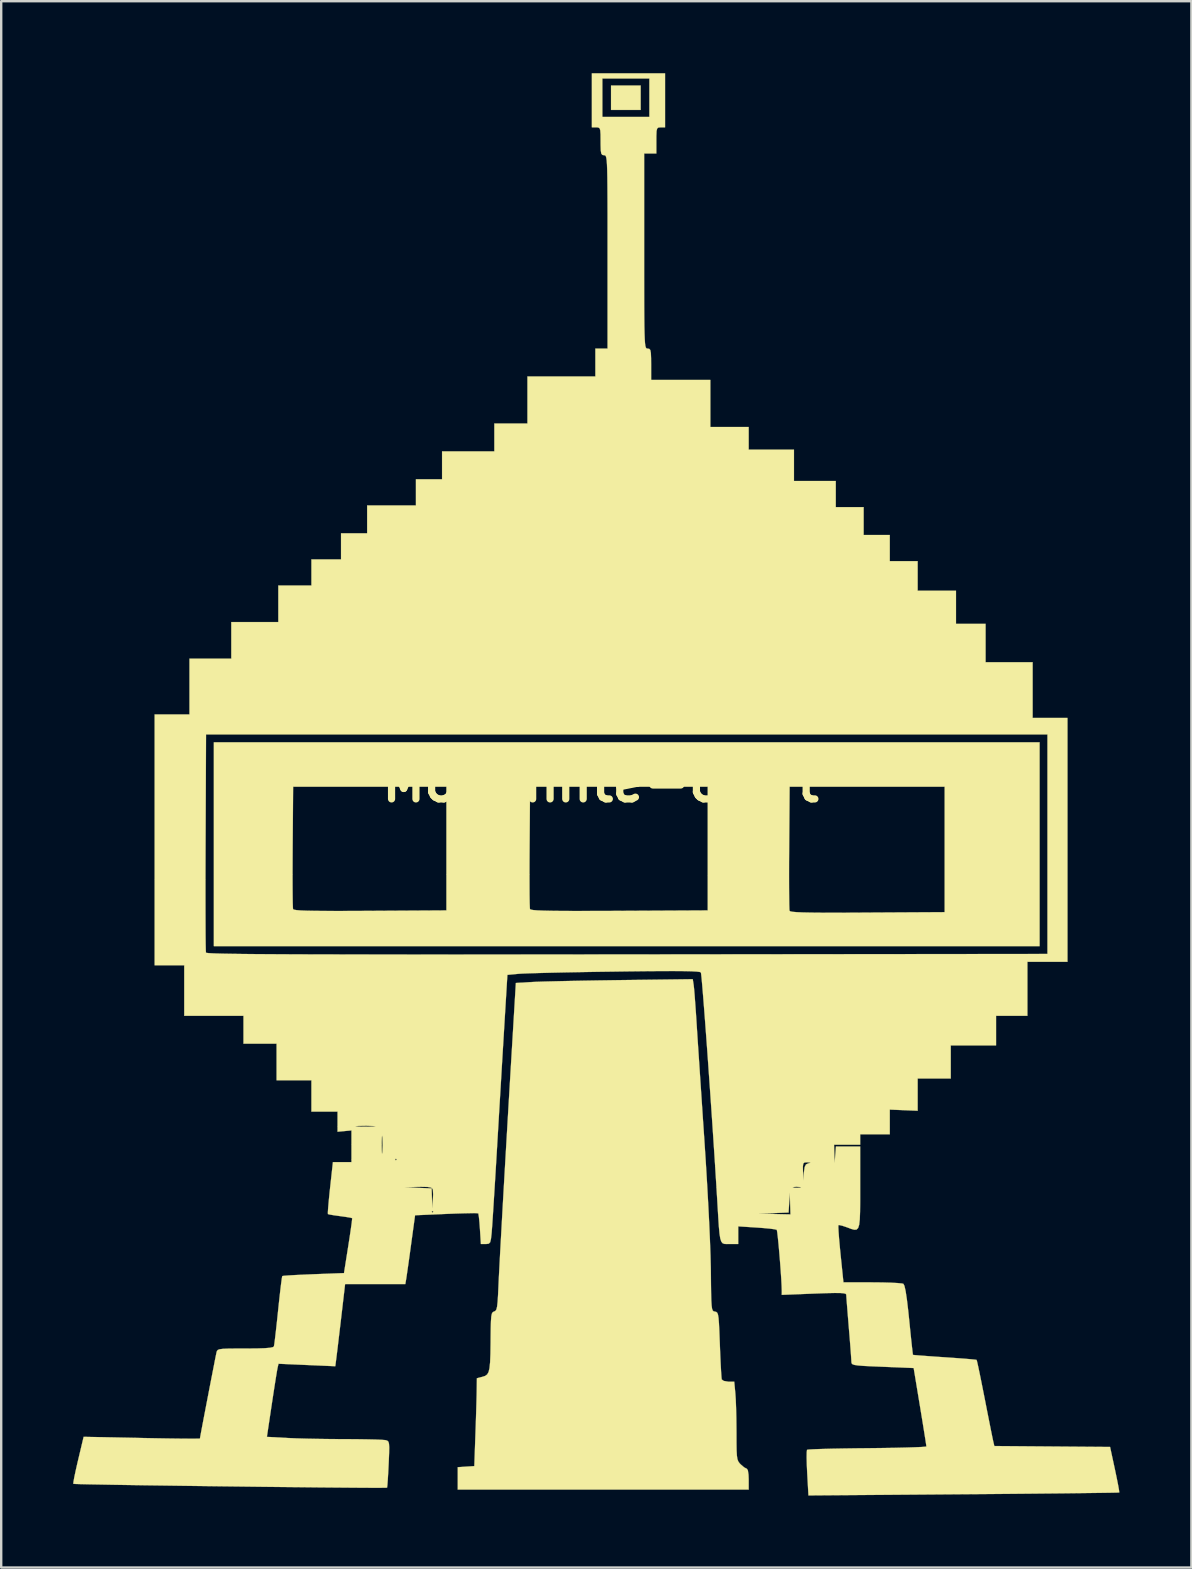
<source format=kicad_pcb>
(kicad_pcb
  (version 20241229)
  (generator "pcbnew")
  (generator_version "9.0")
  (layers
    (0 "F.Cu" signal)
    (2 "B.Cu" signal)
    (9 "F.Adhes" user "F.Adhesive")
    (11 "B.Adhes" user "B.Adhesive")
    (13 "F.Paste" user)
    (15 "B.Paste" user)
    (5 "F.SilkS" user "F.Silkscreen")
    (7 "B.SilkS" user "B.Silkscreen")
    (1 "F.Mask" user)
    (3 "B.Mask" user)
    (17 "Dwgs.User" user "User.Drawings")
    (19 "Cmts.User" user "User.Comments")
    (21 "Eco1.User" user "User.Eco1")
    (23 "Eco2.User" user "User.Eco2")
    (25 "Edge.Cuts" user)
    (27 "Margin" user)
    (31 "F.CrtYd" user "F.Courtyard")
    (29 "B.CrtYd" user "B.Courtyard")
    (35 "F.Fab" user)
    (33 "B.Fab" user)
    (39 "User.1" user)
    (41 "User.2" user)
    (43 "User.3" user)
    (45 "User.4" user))
  (footprint "Mooninite-craft"
    (layer "F.Cu")
    (at 21.97 29.542)
    (property "Reference" "Mooninite-craft" (at 0 0 0) (layer "F.SilkS") (effects (font (size 1.524 1.524) (thickness 0.3))))
    (attr through_hole)
    (fp_poly (pts (xy 1.669 -28.013) (xy 0.435 -28.013) (xy 0.435 -29.029) (xy 1.669 -29.029) (xy 1.669 -28.013)) (stroke (width 0.01) (type solid)) (fill yes) (layer "F.SilkS"))
    (fp_poly (pts (xy 18.288 6.822) (xy -16.111 6.822) (xy -16.111 3.823) (xy -12.833 3.823) (xy -12.832 4.308) (xy -12.829 4.713) (xy -12.825 5.022) (xy -12.818 5.218) (xy -12.812 5.28) (xy -12.775 5.303) (xy -12.676 5.321) (xy -12.505 5.336) (xy -12.25 5.346) (xy -11.901 5.353) (xy -11.447 5.357) (xy -10.878 5.358) (xy -10.182 5.356) (xy -9.6 5.353) (xy -6.423 5.334) (xy -6.423 3.823) (xy -2.963 3.823) (xy -2.962 4.308) (xy -2.96 4.713) (xy -2.955 5.022) (xy -2.948 5.217) (xy -2.942 5.28) (xy -2.906 5.301) (xy -2.81 5.319) (xy -2.643 5.333) (xy -2.396 5.343) (xy -2.058 5.351) (xy -1.619 5.356) (xy -1.069 5.358) (xy -0.399 5.357) (xy 0.403 5.355) (xy 0.778 5.353) (xy 4.463 5.334) (xy 4.463 3.868) (xy 7.85 3.868) (xy 7.851 4.357) (xy 7.854 4.768) (xy 7.858 5.082) (xy 7.864 5.284) (xy 7.871 5.352) (xy 7.908 5.375) (xy 8.007 5.394) (xy 8.178 5.408) (xy 8.432 5.419) (xy 8.78 5.426) (xy 9.233 5.43) (xy 9.802 5.431) (xy 10.497 5.429) (xy 11.12 5.425) (xy 14.333 5.407) (xy 14.333 0.181) (xy 7.874 0.181) (xy 7.855 2.721) (xy 7.851 3.317) (xy 7.85 3.868) (xy 4.463 3.868) (xy 4.463 0.181) (xy -2.939 0.181) (xy -2.958 2.685) (xy -2.962 3.276) (xy -2.963 3.823) (xy -6.423 3.823) (xy -6.423 0.181) (xy -12.809 0.181) (xy -12.828 2.685) (xy -12.831 3.276) (xy -12.833 3.823) (xy -16.111 3.823) (xy -16.111 -1.669) (xy 18.288 -1.669) (xy 18.288 6.822)) (stroke (width 0.01) (type solid)) (fill yes) (layer "F.SilkS"))
    (fp_poly (pts (xy 3.876 8.436) (xy 3.893 8.587) (xy 3.916 8.854) (xy 3.942 9.204) (xy 3.971 9.607) (xy 3.988 9.87) (xy 4.008 10.182) (xy 4.036 10.62) (xy 4.072 11.163) (xy 4.114 11.792) (xy 4.16 12.488) (xy 4.21 13.23) (xy 4.261 14) (xy 4.314 14.777) (xy 4.32 14.87) (xy 4.38 15.784) (xy 4.434 16.681) (xy 4.482 17.543) (xy 4.523 18.348) (xy 4.555 19.075) (xy 4.578 19.706) (xy 4.591 20.218) (xy 4.593 20.349) (xy 4.598 20.884) (xy 4.604 21.291) (xy 4.612 21.588) (xy 4.625 21.793) (xy 4.643 21.924) (xy 4.67 21.998) (xy 4.705 22.033) (xy 4.753 22.046) (xy 4.764 22.048) (xy 4.818 22.061) (xy 4.86 22.097) (xy 4.89 22.174) (xy 4.913 22.313) (xy 4.93 22.533) (xy 4.946 22.854) (xy 4.963 23.295) (xy 4.968 23.426) (xy 4.985 23.86) (xy 5.003 24.246) (xy 5.02 24.56) (xy 5.035 24.777) (xy 5.046 24.874) (xy 5.131 24.935) (xy 5.3 24.964) (xy 5.321 24.965) (xy 5.567 24.965) (xy 5.613 25.454) (xy 5.63 25.704) (xy 5.644 26.059) (xy 5.654 26.477) (xy 5.659 26.919) (xy 5.66 27.091) (xy 5.661 27.523) (xy 5.666 27.834) (xy 5.678 28.05) (xy 5.7 28.193) (xy 5.736 28.289) (xy 5.789 28.363) (xy 5.839 28.415) (xy 5.979 28.535) (xy 6.085 28.592) (xy 6.093 28.593) (xy 6.135 28.66) (xy 6.162 28.841) (xy 6.169 29.029) (xy 6.169 29.464) (xy -5.951 29.464) (xy -5.951 28.529) (xy -5.606 28.506) (xy -5.261 28.484) (xy -5.216 27.214) (xy -5.2 26.749) (xy -5.185 26.288) (xy -5.173 25.87) (xy -5.164 25.534) (xy -5.161 25.384) (xy -5.153 24.824) (xy -4.917 24.762) (xy -4.808 24.726) (xy -4.726 24.666) (xy -4.667 24.565) (xy -4.628 24.402) (xy -4.603 24.159) (xy -4.589 23.816) (xy -4.582 23.353) (xy -4.581 23.177) (xy -4.576 22.754) (xy -4.568 22.455) (xy -4.554 22.256) (xy -4.531 22.137) (xy -4.495 22.074) (xy -4.445 22.046) (xy -4.435 22.043) (xy -4.381 22.017) (xy -4.341 21.956) (xy -4.312 21.839) (xy -4.29 21.643) (xy -4.271 21.346) (xy -4.252 20.928) (xy -4.238 20.621) (xy -4.215 20.182) (xy -4.186 19.624) (xy -4.149 18.958) (xy -4.107 18.198) (xy -4.06 17.355) (xy -4.008 16.444) (xy -3.952 15.475) (xy -3.893 14.462) (xy -3.832 13.417) (xy -3.769 12.353) (xy -3.705 11.283) (xy -3.65 10.365) (xy -3.53 8.357) (xy -2.871 8.318) (xy -2.654 8.308) (xy -2.311 8.297) (xy -1.862 8.286) (xy -1.327 8.274) (xy -0.727 8.262) (xy -0.079 8.251) (xy 0.595 8.241) (xy 0.813 8.238) (xy 3.839 8.199) (xy 3.876 8.436)) (stroke (width 0.01) (type solid)) (fill yes) (layer "F.SilkS"))
    (fp_poly (pts (xy 2.685 -27.287) (xy 2.504 -27.287) (xy 2.411 -27.28) (xy 2.357 -27.239) (xy 2.331 -27.134) (xy 2.323 -26.934) (xy 2.322 -26.743) (xy 2.322 -26.198) (xy 1.814 -26.198) (xy 1.814 -22.134) (xy 1.814 -21.264) (xy 1.815 -20.528) (xy 1.816 -19.915) (xy 1.819 -19.413) (xy 1.823 -19.012) (xy 1.83 -18.7) (xy 1.839 -18.465) (xy 1.85 -18.298) (xy 1.865 -18.186) (xy 1.884 -18.118) (xy 1.907 -18.084) (xy 1.934 -18.072) (xy 1.959 -18.07) (xy 2.028 -18.059) (xy 2.071 -18.008) (xy 2.094 -17.889) (xy 2.103 -17.675) (xy 2.105 -17.417) (xy 2.105 -16.764) (xy 4.572 -16.764) (xy 4.572 -14.805) (xy 6.169 -14.805) (xy 6.169 -13.861) (xy 8.055 -13.861) (xy 8.055 -12.555) (xy 9.797 -12.555) (xy 9.797 -11.466) (xy 10.958 -11.466) (xy 10.958 -10.305) (xy 12.047 -10.305) (xy 12.047 -9.217) (xy 13.208 -9.217) (xy 13.208 -7.983) (xy 14.805 -7.983) (xy 14.805 -6.604) (xy 16.038 -6.604) (xy 16.038 -5.007) (xy 17.998 -5.007) (xy 17.998 -2.685) (xy 19.449 -2.685) (xy 19.449 7.475) (xy 17.78 7.475) (xy 17.78 9.725) (xy 16.474 9.725) (xy 16.474 10.958) (xy 14.587 10.958) (xy 14.587 12.337) (xy 13.208 12.337) (xy 13.208 13.008) (xy 13.208 13.68) (xy 12.628 13.656) (xy 12.047 13.632) (xy 12.047 14.659) (xy 10.813 14.659) (xy 10.813 15.095) (xy 9.725 15.095) (xy 9.751 15.857) (xy 9.805 15.167) (xy 10.813 15.167) (xy 10.813 16.875) (xy 10.813 17.445) (xy 10.809 17.883) (xy 10.797 18.207) (xy 10.772 18.429) (xy 10.728 18.565) (xy 10.662 18.63) (xy 10.568 18.637) (xy 10.441 18.603) (xy 10.278 18.541) (xy 10.27 18.538) (xy 10.072 18.471) (xy 9.937 18.441) (xy 9.907 18.445) (xy 9.903 18.524) (xy 9.913 18.723) (xy 9.935 19.017) (xy 9.968 19.38) (xy 9.995 19.653) (xy 10.116 20.828) (xy 11.317 20.829) (xy 11.725 20.833) (xy 12.086 20.843) (xy 12.373 20.858) (xy 12.559 20.877) (xy 12.615 20.891) (xy 12.659 20.98) (xy 12.707 21.194) (xy 12.759 21.539) (xy 12.816 22.021) (xy 12.855 22.394) (xy 12.899 22.834) (xy 12.939 23.221) (xy 12.973 23.533) (xy 12.998 23.749) (xy 13.011 23.846) (xy 13.012 23.85) (xy 13.086 23.859) (xy 13.281 23.875) (xy 13.574 23.897) (xy 13.943 23.924) (xy 14.333 23.95) (xy 14.752 23.979) (xy 15.118 24.006) (xy 15.408 24.03) (xy 15.598 24.049) (xy 15.664 24.06) (xy 15.685 24.135) (xy 15.729 24.332) (xy 15.792 24.631) (xy 15.869 25.011) (xy 15.957 25.452) (xy 16.007 25.703) (xy 16.1 26.179) (xy 16.186 26.613) (xy 16.26 26.985) (xy 16.318 27.27) (xy 16.355 27.446) (xy 16.364 27.485) (xy 16.403 27.648) (xy 18.814 27.667) (xy 21.224 27.686) (xy 21.426 28.622) (xy 21.499 28.971) (xy 21.557 29.264) (xy 21.595 29.475) (xy 21.607 29.577) (xy 21.605 29.582) (xy 21.531 29.586) (xy 21.322 29.591) (xy 20.988 29.596) (xy 20.541 29.602) (xy 19.989 29.609) (xy 19.344 29.617) (xy 18.617 29.624) (xy 17.816 29.632) (xy 16.953 29.64) (xy 16.038 29.648) (xy 15.12 29.655) (xy 8.659 29.705) (xy 8.607 28.778) (xy 8.591 28.426) (xy 8.584 28.127) (xy 8.587 27.912) (xy 8.599 27.809) (xy 8.602 27.805) (xy 8.683 27.793) (xy 8.892 27.782) (xy 9.212 27.77) (xy 9.626 27.759) (xy 10.116 27.75) (xy 10.666 27.742) (xy 11.109 27.738) (xy 11.691 27.731) (xy 12.223 27.723) (xy 12.69 27.712) (xy 13.075 27.7) (xy 13.361 27.688) (xy 13.531 27.675) (xy 13.572 27.665) (xy 13.561 27.582) (xy 13.53 27.376) (xy 13.481 27.069) (xy 13.419 26.683) (xy 13.346 26.237) (xy 13.308 26.006) (xy 13.042 24.398) (xy 11.746 24.345) (xy 11.284 24.326) (xy 10.947 24.309) (xy 10.716 24.29) (xy 10.57 24.268) (xy 10.49 24.238) (xy 10.456 24.198) (xy 10.449 24.144) (xy 10.449 24.139) (xy 10.442 24.018) (xy 10.426 23.78) (xy 10.401 23.451) (xy 10.37 23.058) (xy 10.341 22.715) (xy 10.307 22.295) (xy 10.277 21.923) (xy 10.253 21.622) (xy 10.238 21.42) (xy 10.234 21.344) (xy 10.213 21.309) (xy 10.137 21.286) (xy 9.99 21.273) (xy 9.754 21.271) (xy 9.41 21.278) (xy 8.94 21.295) (xy 8.89 21.297) (xy 7.547 21.35) (xy 7.548 21.179) (xy 7.542 20.982) (xy 7.527 20.697) (xy 7.504 20.353) (xy 7.476 19.978) (xy 7.445 19.601) (xy 7.414 19.251) (xy 7.384 18.955) (xy 7.359 18.744) (xy 7.341 18.645) (xy 7.339 18.641) (xy 7.252 18.618) (xy 7.052 18.591) (xy 6.771 18.565) (xy 6.513 18.546) (xy 5.733 18.496) (xy 5.733 19.231) (xy 5.374 19.231) (xy 5.25 19.233) (xy 5.153 19.227) (xy 5.08 19.197) (xy 5.026 19.126) (xy 4.985 18.998) (xy 4.954 18.796) (xy 4.927 18.505) (xy 4.901 18.107) (xy 4.893 17.968) (xy 6.568 17.968) (xy 7.239 17.983) (xy 7.91 17.998) (xy 7.883 17.091) (xy 7.857 17.505) (xy 7.831 17.92) (xy 7.199 17.944) (xy 6.568 17.968) (xy 4.893 17.968) (xy 4.87 17.586) (xy 4.858 17.381) (xy 4.827 16.877) (xy 7.998 16.877) (xy 8.085 16.889) (xy 8.164 16.891) (xy 8.314 16.885) (xy 8.352 16.869) (xy 8.328 16.859) (xy 8.154 16.846) (xy 8.038 16.858) (xy 7.998 16.877) (xy 4.827 16.877) (xy 4.817 16.709) (xy 4.772 16) (xy 8.427 16) (xy 8.431 16.202) (xy 8.444 16.583) (xy 8.471 16.242) (xy 8.5 16.027) (xy 8.556 15.916) (xy 8.657 15.871) (xy 8.658 15.871) (xy 8.748 15.849) (xy 8.704 15.836) (xy 8.618 15.83) (xy 8.502 15.832) (xy 8.445 15.877) (xy 8.427 16) (xy 4.772 16) (xy 4.772 15.985) (xy 4.722 15.223) (xy 4.67 14.437) (xy 4.616 13.639) (xy 4.561 12.842) (xy 4.506 12.061) (xy 4.453 11.308) (xy 4.401 10.598) (xy 4.352 9.942) (xy 4.307 9.356) (xy 4.267 8.851) (xy 4.233 8.442) (xy 4.206 8.141) (xy 4.186 7.963) (xy 4.177 7.918) (xy 4.127 7.898) (xy 3.998 7.882) (xy 3.781 7.87) (xy 3.467 7.863) (xy 3.048 7.86) (xy 2.515 7.861) (xy 1.86 7.866) (xy 1.072 7.875) (xy 0.593 7.882) (xy -0.127 7.892) (xy -0.818 7.904) (xy -1.463 7.916) (xy -2.044 7.929) (xy -2.547 7.942) (xy -2.953 7.954) (xy -3.247 7.965) (xy -3.411 7.975) (xy -3.883 8.019) (xy -4.004 10.015) (xy -4.036 10.545) (xy -4.075 11.191) (xy -4.119 11.921) (xy -4.165 12.705) (xy -4.214 13.515) (xy -4.261 14.318) (xy -4.307 15.086) (xy -4.311 15.167) (xy -4.352 15.849) (xy -4.391 16.501) (xy -4.429 17.106) (xy -4.463 17.646) (xy -4.492 18.104) (xy -4.516 18.462) (xy -4.534 18.703) (xy -4.54 18.778) (xy -4.568 19.025) (xy -4.602 19.161) (xy -4.66 19.218) (xy -4.761 19.231) (xy -4.785 19.231) (xy -4.987 19.231) (xy -5.026 18.61) (xy -5.047 18.325) (xy -5.07 18.101) (xy -5.091 17.972) (xy -5.098 17.955) (xy -5.178 17.947) (xy -5.379 17.946) (xy -5.678 17.952) (xy -6.05 17.963) (xy -6.43 17.978) (xy -7.729 18.034) (xy -7.893 19.231) (xy -7.95 19.651) (xy -8.004 20.036) (xy -8.05 20.357) (xy -8.083 20.584) (xy -8.095 20.665) (xy -8.135 20.901) (xy -10.644 20.901) (xy -10.807 22.298) (xy -10.861 22.755) (xy -10.912 23.184) (xy -10.956 23.556) (xy -10.991 23.841) (xy -11.012 24.009) (xy -11.052 24.323) (xy -12.235 24.272) (xy -13.418 24.22) (xy -13.458 24.393) (xy -13.481 24.517) (xy -13.521 24.76) (xy -13.574 25.094) (xy -13.636 25.493) (xy -13.7 25.916) (xy -13.902 27.266) (xy -13.036 27.313) (xy -12.683 27.328) (xy -12.226 27.341) (xy -11.705 27.351) (xy -11.161 27.358) (xy -10.638 27.36) (xy -10.172 27.363) (xy -9.748 27.369) (xy -9.389 27.377) (xy -9.121 27.388) (xy -8.966 27.401) (xy -8.947 27.404) (xy -8.882 27.427) (xy -8.839 27.469) (xy -8.815 27.555) (xy -8.806 27.709) (xy -8.811 27.955) (xy -8.826 28.317) (xy -8.83 28.401) (xy -8.848 28.757) (xy -8.866 29.057) (xy -8.882 29.273) (xy -8.895 29.377) (xy -8.897 29.382) (xy -8.971 29.385) (xy -9.178 29.387) (xy -9.505 29.387) (xy -9.94 29.385) (xy -10.469 29.381) (xy -11.082 29.376) (xy -11.764 29.37) (xy -12.503 29.362) (xy -13.287 29.354) (xy -14.104 29.345) (xy -14.941 29.335) (xy -15.784 29.325) (xy -16.623 29.314) (xy -17.444 29.303) (xy -18.234 29.292) (xy -18.982 29.282) (xy -19.674 29.271) (xy -20.298 29.261) (xy -20.842 29.251) (xy -21.293 29.243) (xy -21.639 29.235) (xy -21.866 29.228) (xy -21.963 29.222) (xy -21.965 29.222) (xy -21.96 29.144) (xy -21.926 28.953) (xy -21.867 28.673) (xy -21.79 28.332) (xy -21.765 28.228) (xy -21.536 27.264) (xy -19.114 27.313) (xy -18.537 27.324) (xy -18.01 27.333) (xy -17.549 27.339) (xy -17.17 27.342) (xy -16.89 27.342) (xy -16.727 27.34) (xy -16.691 27.336) (xy -16.678 27.259) (xy -16.642 27.063) (xy -16.587 26.771) (xy -16.518 26.408) (xy -16.439 25.996) (xy -16.355 25.56) (xy -16.271 25.123) (xy -16.19 24.708) (xy -16.118 24.339) (xy -16.06 24.039) (xy -16.018 23.833) (xy -16.001 23.749) (xy -15.982 23.688) (xy -15.944 23.644) (xy -15.866 23.615) (xy -15.725 23.598) (xy -15.501 23.589) (xy -15.17 23.586) (xy -14.801 23.586) (xy -14.332 23.583) (xy -13.993 23.572) (xy -13.769 23.554) (xy -13.646 23.526) (xy -13.609 23.495) (xy -13.592 23.397) (xy -13.564 23.179) (xy -13.527 22.864) (xy -13.484 22.476) (xy -13.438 22.039) (xy -13.434 21.999) (xy -13.388 21.564) (xy -13.345 21.181) (xy -13.308 20.873) (xy -13.279 20.661) (xy -13.262 20.569) (xy -13.261 20.567) (xy -13.183 20.555) (xy -12.984 20.54) (xy -12.688 20.523) (xy -12.318 20.506) (xy -11.962 20.491) (xy -10.69 20.443) (xy -10.511 19.311) (xy -10.451 18.924) (xy -10.402 18.591) (xy -10.367 18.337) (xy -10.35 18.186) (xy -10.349 18.155) (xy -10.424 18.134) (xy -10.604 18.104) (xy -10.849 18.07) (xy -11.097 18.036) (xy -11.281 18.005) (xy -11.359 17.984) (xy -11.361 17.906) (xy -11.36 17.889) (xy -7.039 17.889) (xy -7.003 17.925) (xy -6.967 17.889) (xy -7.003 17.853) (xy -7.039 17.889) (xy -11.36 17.889) (xy -11.348 17.71) (xy -11.323 17.422) (xy -11.288 17.067) (xy -11.268 16.889) (xy -11.266 16.866) (xy -8.164 16.866) (xy -7.602 16.891) (xy -7.039 16.915) (xy -7.013 17.744) (xy -6.986 17.39) (xy -6.977 17.161) (xy -6.986 16.985) (xy -6.997 16.937) (xy -7.059 16.883) (xy -7.209 16.855) (xy -7.472 16.849) (xy -7.6 16.851) (xy -8.164 16.866) (xy -11.266 16.866) (xy -11.151 15.821) (xy -10.378 15.821) (xy -10.378 15.712) (xy -8.563 15.712) (xy -8.527 15.748) (xy -8.491 15.712) (xy -8.527 15.675) (xy -8.563 15.712) (xy -10.378 15.712) (xy -10.378 15.095) (xy -9.119 15.095) (xy -9.116 15.33) (xy -9.109 15.457) (xy -9.098 15.461) (xy -9.091 15.403) (xy -9.079 15.114) (xy -9.088 14.817) (xy -9.091 14.786) (xy -9.103 14.714) (xy -9.112 14.773) (xy -9.118 14.948) (xy -9.119 15.095) (xy -10.378 15.095) (xy -10.378 14.499) (xy -10.668 14.527) (xy -10.958 14.554) (xy -10.958 14.327) (xy -10.222 14.327) (xy -10.171 14.336) (xy -10.001 14.342) (xy -9.797 14.343) (xy -9.545 14.341) (xy -9.401 14.334) (xy -9.378 14.325) (xy -9.452 14.316) (xy -9.757 14.305) (xy -10.077 14.311) (xy -10.142 14.316) (xy -10.222 14.327) (xy -10.958 14.327) (xy -10.958 13.716) (xy -12.047 13.716) (xy -12.047 12.41) (xy -13.498 12.41) (xy -13.498 10.886) (xy -14.877 10.886) (xy -14.877 9.725) (xy -17.345 9.725) (xy -17.345 7.62) (xy -18.578 7.62) (xy -18.578 4.754) (xy -16.461 4.754) (xy -16.46 5.386) (xy -16.458 5.938) (xy -16.456 6.397) (xy -16.452 6.751) (xy -16.447 6.986) (xy -16.441 7.091) (xy -16.44 7.094) (xy -16.411 7.104) (xy -16.328 7.113) (xy -16.187 7.122) (xy -15.983 7.13) (xy -15.711 7.137) (xy -15.367 7.143) (xy -14.947 7.149) (xy -14.445 7.154) (xy -13.857 7.158) (xy -13.178 7.162) (xy -12.404 7.165) (xy -11.53 7.167) (xy -10.551 7.169) (xy -9.463 7.171) (xy -8.261 7.171) (xy -6.941 7.172) (xy -5.498 7.171) (xy -3.927 7.171) (xy -2.223 7.17) (xy -0.383 7.168) (xy 1.104 7.167) (xy 18.615 7.148) (xy 18.615 -1.996) (xy -16.437 -1.996) (xy -16.456 2.504) (xy -16.459 3.3) (xy -16.461 4.055) (xy -16.461 4.754) (xy -18.578 4.754) (xy -18.578 -2.83) (xy -17.127 -2.83) (xy -17.127 -5.153) (xy -15.385 -5.153) (xy -15.385 -6.677) (xy -13.426 -6.677) (xy -13.426 -8.201) (xy -12.047 -8.201) (xy -12.047 -9.289) (xy -10.813 -9.289) (xy -10.813 -10.378) (xy -9.725 -10.378) (xy -9.725 -11.539) (xy -7.693 -11.539) (xy -7.693 -12.627) (xy -6.604 -12.627) (xy -6.604 -13.789) (xy -4.427 -13.789) (xy -4.427 -14.95) (xy -3.048 -14.95) (xy -3.048 -16.909) (xy -0.218 -16.909) (xy -0.218 -18.07) (xy 0.29 -18.07) (xy 0.29 -22.098) (xy 0.29 -22.964) (xy 0.29 -23.696) (xy 0.288 -24.305) (xy 0.285 -24.803) (xy 0.281 -25.2) (xy 0.275 -25.509) (xy 0.266 -25.74) (xy 0.254 -25.905) (xy 0.238 -26.015) (xy 0.22 -26.08) (xy 0.196 -26.113) (xy 0.169 -26.124) (xy 0.145 -26.126) (xy 0.073 -26.138) (xy 0.029 -26.194) (xy 0.008 -26.322) (xy 0.001 -26.553) (xy 0 -26.706) (xy -0.002 -26.994) (xy -0.014 -27.167) (xy -0.045 -27.253) (xy -0.105 -27.283) (xy -0.181 -27.287) (xy -0.363 -27.287) (xy -0.363 -29.319) (xy 0.073 -29.319) (xy 0.073 -27.722) (xy 2.032 -27.722) (xy 2.032 -29.319) (xy 0.073 -29.319) (xy -0.363 -29.319) (xy -0.363 -29.537) (xy 2.685 -29.537) (xy 2.685 -27.287)) (stroke (width 0.01) (type solid)) (fill yes) (layer "F.SilkS")))
  (gr_rect
    (start -3 -3)
    (end 46.582 62.252)
    (stroke (width 0.1) (type default))
    (fill no)
    (layer "Edge.Cuts")))
</source>
